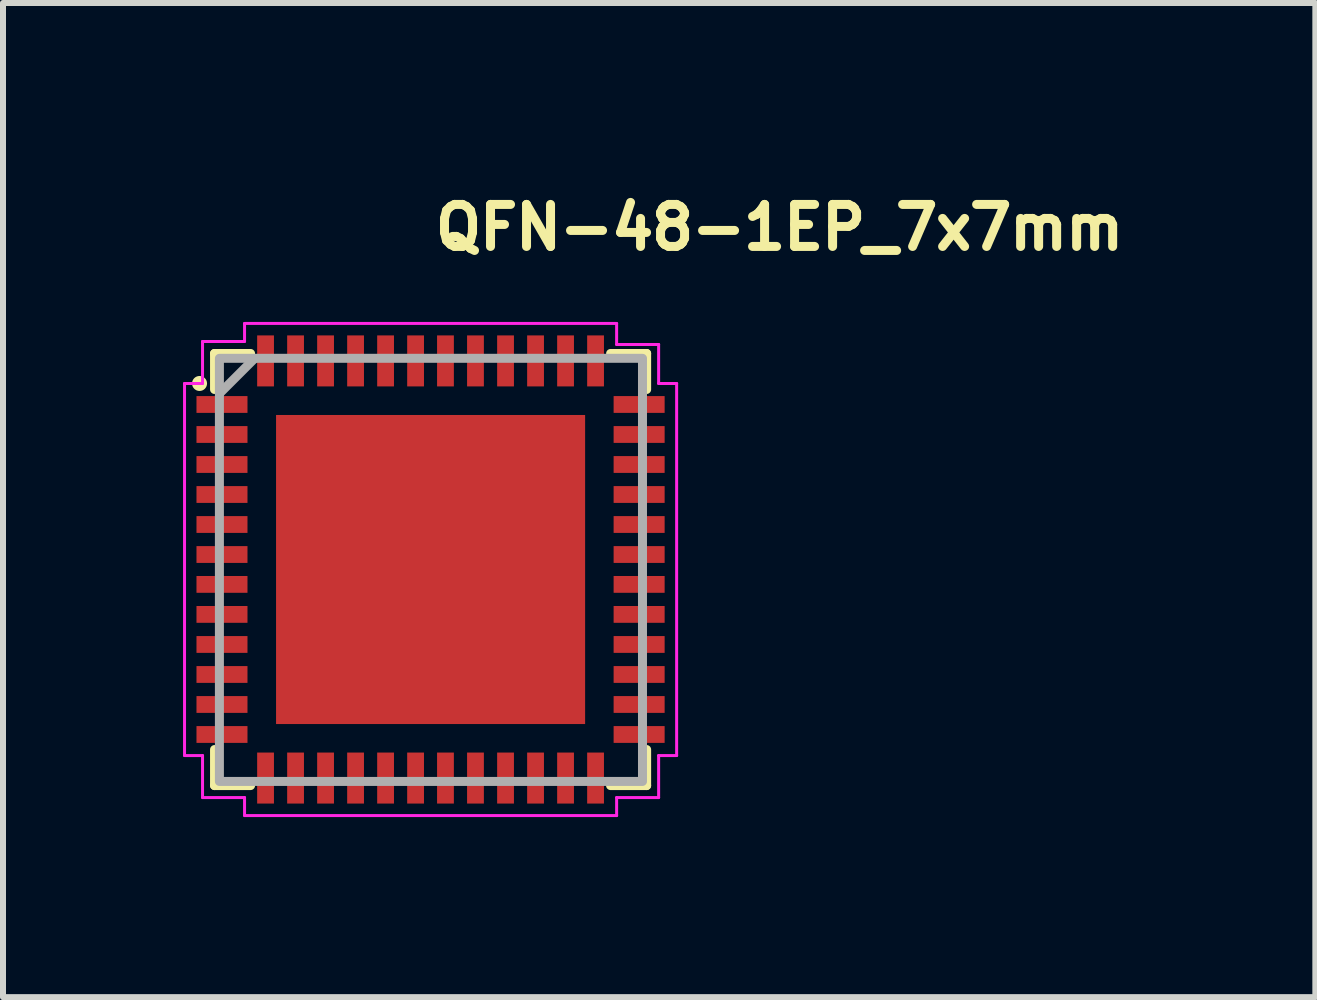
<source format=kicad_pcb>
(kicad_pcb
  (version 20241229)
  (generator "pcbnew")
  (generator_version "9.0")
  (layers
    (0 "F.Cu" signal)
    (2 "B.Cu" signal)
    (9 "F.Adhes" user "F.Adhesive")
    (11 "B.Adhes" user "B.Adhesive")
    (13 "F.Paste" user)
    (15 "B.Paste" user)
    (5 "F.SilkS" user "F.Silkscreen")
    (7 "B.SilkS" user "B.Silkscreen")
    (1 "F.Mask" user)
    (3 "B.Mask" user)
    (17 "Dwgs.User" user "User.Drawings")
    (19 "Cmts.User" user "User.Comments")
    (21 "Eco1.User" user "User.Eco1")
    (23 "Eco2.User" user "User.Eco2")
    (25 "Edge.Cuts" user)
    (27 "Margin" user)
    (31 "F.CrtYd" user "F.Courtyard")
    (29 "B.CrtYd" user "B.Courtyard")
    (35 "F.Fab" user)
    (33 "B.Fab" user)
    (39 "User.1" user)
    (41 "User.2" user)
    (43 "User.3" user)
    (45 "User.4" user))
  (footprint "QFN-48-1EP_7x7mm"
    (layer "F.Cu")
    (at 4.125 6.44)
    (property "Reference" "QFN-48-1EP_7x7mm" (at 0 -5.29 0) (layer "F.SilkS") (effects (font (size 0.7 0.7) (thickness 0.15)) (justify left bottom)))
    (attr smd)
    (fp_line (start -3.6 -3.6) (end -3.6 -3) (stroke (width 0.15) (type solid)) (layer "F.SilkS"))
    (fp_line (start -3.6 3) (end -3.6 3.6) (stroke (width 0.15) (type solid)) (layer "F.SilkS"))
    (fp_line (start -3.6 3.6) (end -3 3.6) (stroke (width 0.15) (type solid)) (layer "F.SilkS"))
    (fp_line (start -3 -3.6) (end -3.6 -3.6) (stroke (width 0.15) (type solid)) (layer "F.SilkS"))
    (fp_line (start 3.6 -3.6) (end 3 -3.6) (stroke (width 0.15) (type solid)) (layer "F.SilkS"))
    (fp_line (start 3.6 -3) (end 3.6 -3.6) (stroke (width 0.15) (type solid)) (layer "F.SilkS"))
    (fp_line (start 3.6 3) (end 3.6 3.6) (stroke (width 0.15) (type solid)) (layer "F.SilkS"))
    (fp_line (start 3.6 3.6) (end 2.999 3.6) (stroke (width 0.15) (type solid)) (layer "F.SilkS"))
    (fp_circle (center -3.85 -3.1) (end -3.8 -3.1) (stroke (width 0.15) (type solid)) (fill yes) (layer "F.SilkS"))
    (fp_line (start -4.1 -3.1) (end -4.1 3.1) (stroke (width 0.05) (type solid)) (layer "F.CrtYd"))
    (fp_line (start -4.1 3.1) (end -3.8 3.1) (stroke (width 0.05) (type solid)) (layer "F.CrtYd"))
    (fp_line (start -4.05 -3.1) (end -4.1 -3.1) (stroke (width 0.05) (type solid)) (layer "F.CrtYd"))
    (fp_line (start -3.8 -3.8) (end -3.8 -3.1) (stroke (width 0.05) (type solid)) (layer "F.CrtYd"))
    (fp_line (start -3.8 -3.1) (end -4.05 -3.1) (stroke (width 0.05) (type solid)) (layer "F.CrtYd"))
    (fp_line (start -3.8 3.1) (end -3.8 3.8) (stroke (width 0.05) (type solid)) (layer "F.CrtYd"))
    (fp_line (start -3.8 3.8) (end -3.1 3.8) (stroke (width 0.05) (type solid)) (layer "F.CrtYd"))
    (fp_line (start -3.1 -4.1) (end -3.1 -3.8) (stroke (width 0.05) (type solid)) (layer "F.CrtYd"))
    (fp_line (start -3.1 -3.8) (end -3.8 -3.8) (stroke (width 0.05) (type solid)) (layer "F.CrtYd"))
    (fp_line (start -3.1 3.8) (end -3.1 4.1) (stroke (width 0.05) (type solid)) (layer "F.CrtYd"))
    (fp_line (start -3.1 4.1) (end 3.1 4.1) (stroke (width 0.05) (type solid)) (layer "F.CrtYd"))
    (fp_line (start 3.1 -4.1) (end -3.1 -4.1) (stroke (width 0.05) (type solid)) (layer "F.CrtYd"))
    (fp_line (start 3.1 -3.75) (end 3.1 -4.1) (stroke (width 0.05) (type solid)) (layer "F.CrtYd"))
    (fp_line (start 3.1 3.8) (end 3.8 3.8) (stroke (width 0.05) (type solid)) (layer "F.CrtYd"))
    (fp_line (start 3.1 4.1) (end 3.1 3.8) (stroke (width 0.05) (type solid)) (layer "F.CrtYd"))
    (fp_line (start 3.8 -3.75) (end 3.1 -3.75) (stroke (width 0.05) (type solid)) (layer "F.CrtYd"))
    (fp_line (start 3.8 -3.1) (end 3.8 -3.75) (stroke (width 0.05) (type solid)) (layer "F.CrtYd"))
    (fp_line (start 3.8 3.1) (end 4.1 3.1) (stroke (width 0.05) (type solid)) (layer "F.CrtYd"))
    (fp_line (start 3.8 3.8) (end 3.8 3.1) (stroke (width 0.05) (type solid)) (layer "F.CrtYd"))
    (fp_line (start 4.1 -3.1) (end 3.8 -3.1) (stroke (width 0.05) (type solid)) (layer "F.CrtYd"))
    (fp_line (start 4.1 3.1) (end 4.1 -3.1) (stroke (width 0.05) (type solid)) (layer "F.CrtYd"))
    (fp_line (start -2.95 -3.5) (end -3.5 -2.95) (stroke (width 0.15) (type solid)) (layer "F.Fab"))
    (fp_rect (start 3.531 3.531) (end -3.519 -3.519) (stroke (width 0.15) (type solid)) (fill no) (layer "F.Fab"))
    (fp_rect (start -3.55 -3.55) (end 3.55 3.55) (stroke (width 0.1) (type solid)) (fill no) (layer "User.5"))
    (fp_line (start -3.532 -3.532) (end -3.532 3.531) (stroke (width 0.02) (type solid)) (layer "User.9"))
    (fp_line (start -3.532 3.531) (end 3.531 3.531) (stroke (width 0.02) (type solid)) (layer "User.9"))
    (fp_line (start 3.531 -3.532) (end -3.532 -3.532) (stroke (width 0.02) (type solid)) (layer "User.9"))
    (fp_line (start 3.531 3.531) (end 3.531 -3.532) (stroke (width 0.02) (type solid)) (layer "User.9"))
    (fp_circle (center -2.825 -2.756) (end -2.649 -2.756) (stroke (width 0.02) (type solid)) (fill no) (layer "User.9"))
    (pad "" smd roundrect (at -1.6 -1.6) (size 1.4 1.4) (layers "F.Paste") (roundrect_rratio 0.05))
    (pad "" smd roundrect (at -1.6 0) (size 1.4 1.4) (layers "F.Paste") (roundrect_rratio 0.05))
    (pad "" smd roundrect (at -1.6 1.6) (size 1.4 1.4) (layers "F.Paste") (roundrect_rratio 0.05))
    (pad "" smd roundrect (at 0 -1.6) (size 1.4 1.4) (layers "F.Paste") (roundrect_rratio 0.05))
    (pad "" smd roundrect (at 0 0) (size 1.4 1.4) (layers "F.Paste") (roundrect_rratio 0.05))
    (pad "" smd roundrect (at 0 1.6) (size 1.4 1.4) (layers "F.Paste") (roundrect_rratio 0.05))
    (pad "" smd roundrect (at 1.6 -1.6) (size 1.4 1.4) (layers "F.Paste") (roundrect_rratio 0.05))
    (pad "" smd roundrect (at 1.6 0) (size 1.4 1.4) (layers "F.Paste") (roundrect_rratio 0.05))
    (pad "" smd roundrect (at 1.6 1.6) (size 1.4 1.4) (layers "F.Paste") (roundrect_rratio 0.05))
    (pad "1" smd rect (at -3.476 -2.75) (size 0.85 0.28) (layers "F.Cu" "F.Mask" "F.Paste"))
    (pad "2" smd rect (at -3.476 -2.25) (size 0.85 0.28) (layers "F.Cu" "F.Mask" "F.Paste"))
    (pad "3" smd rect (at -3.476 -1.75) (size 0.85 0.28) (layers "F.Cu" "F.Mask" "F.Paste"))
    (pad "4" smd rect (at -3.476 -1.25) (size 0.85 0.28) (layers "F.Cu" "F.Mask" "F.Paste"))
    (pad "5" smd rect (at -3.476 -0.75) (size 0.85 0.28) (layers "F.Cu" "F.Mask" "F.Paste"))
    (pad "6" smd rect (at -3.476 -0.25) (size 0.85 0.28) (layers "F.Cu" "F.Mask" "F.Paste"))
    (pad "7" smd rect (at -3.476 0.248) (size 0.85 0.28) (layers "F.Cu" "F.Mask" "F.Paste"))
    (pad "8" smd rect (at -3.476 0.748) (size 0.85 0.28) (layers "F.Cu" "F.Mask" "F.Paste"))
    (pad "9" smd rect (at -3.476 1.249) (size 0.85 0.28) (layers "F.Cu" "F.Mask" "F.Paste"))
    (pad "10" smd rect (at -3.476 1.749) (size 0.85 0.28) (layers "F.Cu" "F.Mask" "F.Paste"))
    (pad "11" smd rect (at -3.476 2.249) (size 0.85 0.28) (layers "F.Cu" "F.Mask" "F.Paste"))
    (pad "12" smd rect (at -3.476 2.749) (size 0.85 0.28) (layers "F.Cu" "F.Mask" "F.Paste"))
    (pad "13" smd rect (at -2.75 3.475) (size 0.28 0.85) (layers "F.Cu" "F.Mask" "F.Paste"))
    (pad "14" smd rect (at -2.25 3.475) (size 0.28 0.85) (layers "F.Cu" "F.Mask" "F.Paste"))
    (pad "15" smd rect (at -1.75 3.475) (size 0.28 0.85) (layers "F.Cu" "F.Mask" "F.Paste"))
    (pad "16" smd rect (at -1.25 3.475) (size 0.28 0.85) (layers "F.Cu" "F.Mask" "F.Paste"))
    (pad "17" smd rect (at -0.75 3.475) (size 0.28 0.85) (layers "F.Cu" "F.Mask" "F.Paste"))
    (pad "18" smd rect (at -0.25 3.475) (size 0.28 0.85) (layers "F.Cu" "F.Mask" "F.Paste"))
    (pad "19" smd rect (at 0.248 3.475) (size 0.28 0.85) (layers "F.Cu" "F.Mask" "F.Paste"))
    (pad "20" smd rect (at 0.748 3.475) (size 0.28 0.85) (layers "F.Cu" "F.Mask" "F.Paste"))
    (pad "21" smd rect (at 1.249 3.475) (size 0.28 0.85) (layers "F.Cu" "F.Mask" "F.Paste"))
    (pad "22" smd rect (at 1.749 3.475) (size 0.28 0.85) (layers "F.Cu" "F.Mask" "F.Paste"))
    (pad "23" smd rect (at 2.249 3.475) (size 0.28 0.85) (layers "F.Cu" "F.Mask" "F.Paste"))
    (pad "24" smd rect (at 2.749 3.475) (size 0.28 0.85) (layers "F.Cu" "F.Mask" "F.Paste"))
    (pad "25" smd rect (at 3.475 2.749) (size 0.85 0.28) (layers "F.Cu" "F.Mask" "F.Paste"))
    (pad "26" smd rect (at 3.475 2.249) (size 0.85 0.28) (layers "F.Cu" "F.Mask" "F.Paste"))
    (pad "27" smd rect (at 3.475 1.749) (size 0.85 0.28) (layers "F.Cu" "F.Mask" "F.Paste"))
    (pad "28" smd rect (at 3.475 1.249) (size 0.85 0.28) (layers "F.Cu" "F.Mask" "F.Paste"))
    (pad "29" smd rect (at 3.475 0.748) (size 0.85 0.28) (layers "F.Cu" "F.Mask" "F.Paste"))
    (pad "30" smd rect (at 3.475 0.248) (size 0.85 0.28) (layers "F.Cu" "F.Mask" "F.Paste"))
    (pad "31" smd rect (at 3.475 -0.25) (size 0.85 0.28) (layers "F.Cu" "F.Mask" "F.Paste"))
    (pad "32" smd rect (at 3.475 -0.75) (size 0.85 0.28) (layers "F.Cu" "F.Mask" "F.Paste"))
    (pad "33" smd rect (at 3.475 -1.25) (size 0.85 0.28) (layers "F.Cu" "F.Mask" "F.Paste"))
    (pad "34" smd rect (at 3.475 -1.75) (size 0.85 0.28) (layers "F.Cu" "F.Mask" "F.Paste"))
    (pad "35" smd rect (at 3.475 -2.25) (size 0.85 0.28) (layers "F.Cu" "F.Mask" "F.Paste"))
    (pad "36" smd rect (at 3.475 -2.75) (size 0.85 0.28) (layers "F.Cu" "F.Mask" "F.Paste"))
    (pad "37" smd rect (at 2.749 -3.476) (size 0.28 0.85) (layers "F.Cu" "F.Mask" "F.Paste"))
    (pad "38" smd rect (at 2.249 -3.476) (size 0.28 0.85) (layers "F.Cu" "F.Mask" "F.Paste"))
    (pad "39" smd rect (at 1.749 -3.476) (size 0.28 0.85) (layers "F.Cu" "F.Mask" "F.Paste"))
    (pad "40" smd rect (at 1.249 -3.476) (size 0.28 0.85) (layers "F.Cu" "F.Mask" "F.Paste"))
    (pad "41" smd rect (at 0.748 -3.476) (size 0.28 0.85) (layers "F.Cu" "F.Mask" "F.Paste"))
    (pad "42" smd rect (at 0.248 -3.476) (size 0.28 0.85) (layers "F.Cu" "F.Mask" "F.Paste"))
    (pad "43" smd rect (at -0.25 -3.476) (size 0.28 0.85) (layers "F.Cu" "F.Mask" "F.Paste"))
    (pad "44" smd rect (at -0.75 -3.476) (size 0.28 0.85) (layers "F.Cu" "F.Mask" "F.Paste"))
    (pad "45" smd rect (at -1.25 -3.476) (size 0.28 0.85) (layers "F.Cu" "F.Mask" "F.Paste"))
    (pad "46" smd rect (at -1.75 -3.476) (size 0.28 0.85) (layers "F.Cu" "F.Mask" "F.Paste"))
    (pad "47" smd rect (at -2.25 -3.476) (size 0.28 0.85) (layers "F.Cu" "F.Mask" "F.Paste"))
    (pad "48" smd rect (at -2.75 -3.476) (size 0.28 0.85) (layers "F.Cu" "F.Mask" "F.Paste"))
    (pad "49" smd rect (at 0 0) (size 5.15 5.15) (layers "F.Cu" "F.Mask")))
  (gr_rect
    (start -3 -3)
    (end 18.868 13.565)
    (stroke (width 0.1) (type default))
    (fill no)
    (layer "Edge.Cuts")))
</source>
